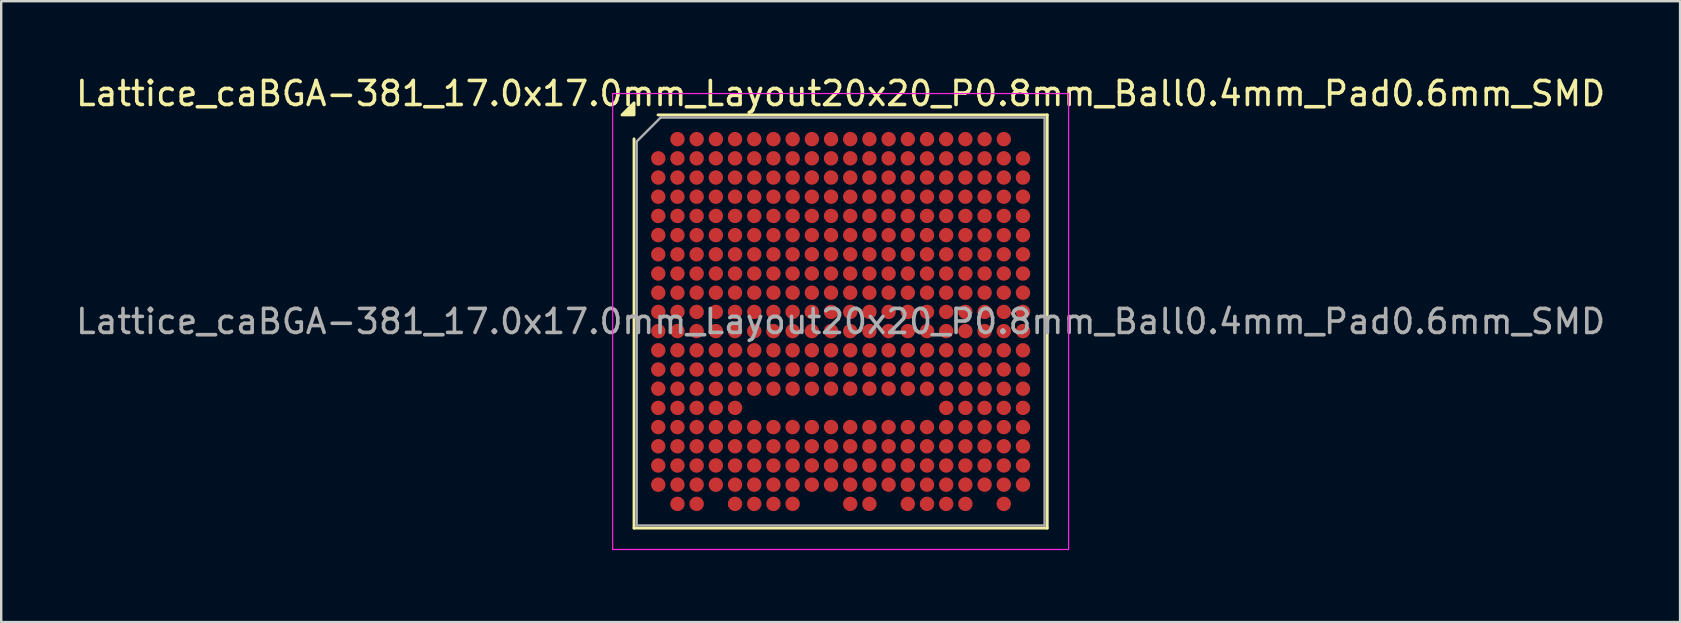
<source format=kicad_pcb>
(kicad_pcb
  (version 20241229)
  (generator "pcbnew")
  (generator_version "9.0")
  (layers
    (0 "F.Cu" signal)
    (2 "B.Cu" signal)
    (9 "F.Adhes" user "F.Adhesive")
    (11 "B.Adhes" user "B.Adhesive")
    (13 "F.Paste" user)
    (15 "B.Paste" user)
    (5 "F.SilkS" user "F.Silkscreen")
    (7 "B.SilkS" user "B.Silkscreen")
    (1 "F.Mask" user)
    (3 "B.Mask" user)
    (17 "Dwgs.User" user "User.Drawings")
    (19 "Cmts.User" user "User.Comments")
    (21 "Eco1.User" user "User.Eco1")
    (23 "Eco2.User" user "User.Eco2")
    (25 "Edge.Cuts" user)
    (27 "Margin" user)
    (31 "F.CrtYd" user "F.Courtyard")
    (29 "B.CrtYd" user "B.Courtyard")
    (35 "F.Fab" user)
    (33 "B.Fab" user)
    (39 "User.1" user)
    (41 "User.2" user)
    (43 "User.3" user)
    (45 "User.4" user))
  (footprint "Lattice_caBGA-381_17.0x17.0mm_Layout20x20_P0.8mm_Ball0.4mm_Pad0.6mm_SMD"
    (layer "F.Cu")
    (at 31.982 10.348)
    (property "Reference" "Lattice_caBGA-381_17.0x17.0mm_Layout20x20_P0.8mm_Ball0.4mm_Pad0.6mm_SMD" (at 0 -9.5 0) (layer "F.SilkS") (effects (font (size 1 1) (thickness 0.15))))
    (attr smd)
    (fp_line (start -8.61 8.61) (end -8.61 -7.61) (stroke (width 0.12) (type solid)) (layer "F.SilkS"))
    (fp_line (start -7.61 -8.61) (end 8.61 -8.61) (stroke (width 0.12) (type solid)) (layer "F.SilkS"))
    (fp_line (start 8.61 -8.61) (end 8.61 8.61) (stroke (width 0.12) (type solid)) (layer "F.SilkS"))
    (fp_line (start 8.61 8.61) (end -8.61 8.61) (stroke (width 0.12) (type solid)) (layer "F.SilkS"))
    (fp_poly (pts (xy -8.61 -8.61) (xy -9.11 -8.61) (xy -8.61 -9.11) (xy -8.61 -8.61)) (stroke (width 0.12) (type solid)) (fill yes) (layer "F.SilkS"))
    (fp_line (start -9.5 -9.5) (end -9.5 9.5) (stroke (width 0.05) (type solid)) (layer "F.CrtYd"))
    (fp_line (start -9.5 9.5) (end 9.5 9.5) (stroke (width 0.05) (type solid)) (layer "F.CrtYd"))
    (fp_line (start 9.5 -9.5) (end -9.5 -9.5) (stroke (width 0.05) (type solid)) (layer "F.CrtYd"))
    (fp_line (start 9.5 9.5) (end 9.5 -9.5) (stroke (width 0.05) (type solid)) (layer "F.CrtYd"))
    (fp_line (start -8.5 -7.5) (end -7.5 -8.5) (stroke (width 0.1) (type solid)) (layer "F.Fab"))
    (fp_line (start -8.5 8.5) (end -8.5 -7.5) (stroke (width 0.1) (type solid)) (layer "F.Fab"))
    (fp_line (start -7.5 -8.5) (end 8.5 -8.5) (stroke (width 0.1) (type solid)) (layer "F.Fab"))
    (fp_line (start 8.5 -8.5) (end 8.5 8.5) (stroke (width 0.1) (type solid)) (layer "F.Fab"))
    (fp_line (start 8.5 8.5) (end -8.5 8.5) (stroke (width 0.1) (type solid)) (layer "F.Fab"))
    (fp_text user "${REFERENCE}" (at 0 0 0) (layer "F.Fab") (effects (font (size 1 1) (thickness 0.15))))
    (pad "A2" smd circle (at -6.8 -7.6) (size 0.6 0.6) (property pad_prop_bga) (layers "F.Cu" "F.Mask" "F.Paste"))
    (pad "A3" smd circle (at -6 -7.6) (size 0.6 0.6) (property pad_prop_bga) (layers "F.Cu" "F.Mask" "F.Paste"))
    (pad "A4" smd circle (at -5.2 -7.6) (size 0.6 0.6) (property pad_prop_bga) (layers "F.Cu" "F.Mask" "F.Paste"))
    (pad "A5" smd circle (at -4.4 -7.6) (size 0.6 0.6) (property pad_prop_bga) (layers "F.Cu" "F.Mask" "F.Paste"))
    (pad "A6" smd circle (at -3.6 -7.6) (size 0.6 0.6) (property pad_prop_bga) (layers "F.Cu" "F.Mask" "F.Paste"))
    (pad "A7" smd circle (at -2.8 -7.6) (size 0.6 0.6) (property pad_prop_bga) (layers "F.Cu" "F.Mask" "F.Paste"))
    (pad "A8" smd circle (at -2 -7.6) (size 0.6 0.6) (property pad_prop_bga) (layers "F.Cu" "F.Mask" "F.Paste"))
    (pad "A9" smd circle (at -1.2 -7.6) (size 0.6 0.6) (property pad_prop_bga) (layers "F.Cu" "F.Mask" "F.Paste"))
    (pad "A10" smd circle (at -0.4 -7.6) (size 0.6 0.6) (property pad_prop_bga) (layers "F.Cu" "F.Mask" "F.Paste"))
    (pad "A11" smd circle (at 0.4 -7.6) (size 0.6 0.6) (property pad_prop_bga) (layers "F.Cu" "F.Mask" "F.Paste"))
    (pad "A12" smd circle (at 1.2 -7.6) (size 0.6 0.6) (property pad_prop_bga) (layers "F.Cu" "F.Mask" "F.Paste"))
    (pad "A13" smd circle (at 2 -7.6) (size 0.6 0.6) (property pad_prop_bga) (layers "F.Cu" "F.Mask" "F.Paste"))
    (pad "A14" smd circle (at 2.8 -7.6) (size 0.6 0.6) (property pad_prop_bga) (layers "F.Cu" "F.Mask" "F.Paste"))
    (pad "A15" smd circle (at 3.6 -7.6) (size 0.6 0.6) (property pad_prop_bga) (layers "F.Cu" "F.Mask" "F.Paste"))
    (pad "A16" smd circle (at 4.4 -7.6) (size 0.6 0.6) (property pad_prop_bga) (layers "F.Cu" "F.Mask" "F.Paste"))
    (pad "A17" smd circle (at 5.2 -7.6) (size 0.6 0.6) (property pad_prop_bga) (layers "F.Cu" "F.Mask" "F.Paste"))
    (pad "A18" smd circle (at 6 -7.6) (size 0.6 0.6) (property pad_prop_bga) (layers "F.Cu" "F.Mask" "F.Paste"))
    (pad "A19" smd circle (at 6.8 -7.6) (size 0.6 0.6) (property pad_prop_bga) (layers "F.Cu" "F.Mask" "F.Paste"))
    (pad "B1" smd circle (at -7.6 -6.8) (size 0.6 0.6) (property pad_prop_bga) (layers "F.Cu" "F.Mask" "F.Paste"))
    (pad "B2" smd circle (at -6.8 -6.8) (size 0.6 0.6) (property pad_prop_bga) (layers "F.Cu" "F.Mask" "F.Paste"))
    (pad "B3" smd circle (at -6 -6.8) (size 0.6 0.6) (property pad_prop_bga) (layers "F.Cu" "F.Mask" "F.Paste"))
    (pad "B4" smd circle (at -5.2 -6.8) (size 0.6 0.6) (property pad_prop_bga) (layers "F.Cu" "F.Mask" "F.Paste"))
    (pad "B5" smd circle (at -4.4 -6.8) (size 0.6 0.6) (property pad_prop_bga) (layers "F.Cu" "F.Mask" "F.Paste"))
    (pad "B6" smd circle (at -3.6 -6.8) (size 0.6 0.6) (property pad_prop_bga) (layers "F.Cu" "F.Mask" "F.Paste"))
    (pad "B7" smd circle (at -2.8 -6.8) (size 0.6 0.6) (property pad_prop_bga) (layers "F.Cu" "F.Mask" "F.Paste"))
    (pad "B8" smd circle (at -2 -6.8) (size 0.6 0.6) (property pad_prop_bga) (layers "F.Cu" "F.Mask" "F.Paste"))
    (pad "B9" smd circle (at -1.2 -6.8) (size 0.6 0.6) (property pad_prop_bga) (layers "F.Cu" "F.Mask" "F.Paste"))
    (pad "B10" smd circle (at -0.4 -6.8) (size 0.6 0.6) (property pad_prop_bga) (layers "F.Cu" "F.Mask" "F.Paste"))
    (pad "B11" smd circle (at 0.4 -6.8) (size 0.6 0.6) (property pad_prop_bga) (layers "F.Cu" "F.Mask" "F.Paste"))
    (pad "B12" smd circle (at 1.2 -6.8) (size 0.6 0.6) (property pad_prop_bga) (layers "F.Cu" "F.Mask" "F.Paste"))
    (pad "B13" smd circle (at 2 -6.8) (size 0.6 0.6) (property pad_prop_bga) (layers "F.Cu" "F.Mask" "F.Paste"))
    (pad "B14" smd circle (at 2.8 -6.8) (size 0.6 0.6) (property pad_prop_bga) (layers "F.Cu" "F.Mask" "F.Paste"))
    (pad "B15" smd circle (at 3.6 -6.8) (size 0.6 0.6) (property pad_prop_bga) (layers "F.Cu" "F.Mask" "F.Paste"))
    (pad "B16" smd circle (at 4.4 -6.8) (size 0.6 0.6) (property pad_prop_bga) (layers "F.Cu" "F.Mask" "F.Paste"))
    (pad "B17" smd circle (at 5.2 -6.8) (size 0.6 0.6) (property pad_prop_bga) (layers "F.Cu" "F.Mask" "F.Paste"))
    (pad "B18" smd circle (at 6 -6.8) (size 0.6 0.6) (property pad_prop_bga) (layers "F.Cu" "F.Mask" "F.Paste"))
    (pad "B19" smd circle (at 6.8 -6.8) (size 0.6 0.6) (property pad_prop_bga) (layers "F.Cu" "F.Mask" "F.Paste"))
    (pad "B20" smd circle (at 7.6 -6.8) (size 0.6 0.6) (property pad_prop_bga) (layers "F.Cu" "F.Mask" "F.Paste"))
    (pad "C1" smd circle (at -7.6 -6) (size 0.6 0.6) (property pad_prop_bga) (layers "F.Cu" "F.Mask" "F.Paste"))
    (pad "C2" smd circle (at -6.8 -6) (size 0.6 0.6) (property pad_prop_bga) (layers "F.Cu" "F.Mask" "F.Paste"))
    (pad "C3" smd circle (at -6 -6) (size 0.6 0.6) (property pad_prop_bga) (layers "F.Cu" "F.Mask" "F.Paste"))
    (pad "C4" smd circle (at -5.2 -6) (size 0.6 0.6) (property pad_prop_bga) (layers "F.Cu" "F.Mask" "F.Paste"))
    (pad "C5" smd circle (at -4.4 -6) (size 0.6 0.6) (property pad_prop_bga) (layers "F.Cu" "F.Mask" "F.Paste"))
    (pad "C6" smd circle (at -3.6 -6) (size 0.6 0.6) (property pad_prop_bga) (layers "F.Cu" "F.Mask" "F.Paste"))
    (pad "C7" smd circle (at -2.8 -6) (size 0.6 0.6) (property pad_prop_bga) (layers "F.Cu" "F.Mask" "F.Paste"))
    (pad "C8" smd circle (at -2 -6) (size 0.6 0.6) (property pad_prop_bga) (layers "F.Cu" "F.Mask" "F.Paste"))
    (pad "C9" smd circle (at -1.2 -6) (size 0.6 0.6) (property pad_prop_bga) (layers "F.Cu" "F.Mask" "F.Paste"))
    (pad "C10" smd circle (at -0.4 -6) (size 0.6 0.6) (property pad_prop_bga) (layers "F.Cu" "F.Mask" "F.Paste"))
    (pad "C11" smd circle (at 0.4 -6) (size 0.6 0.6) (property pad_prop_bga) (layers "F.Cu" "F.Mask" "F.Paste"))
    (pad "C12" smd circle (at 1.2 -6) (size 0.6 0.6) (property pad_prop_bga) (layers "F.Cu" "F.Mask" "F.Paste"))
    (pad "C13" smd circle (at 2 -6) (size 0.6 0.6) (property pad_prop_bga) (layers "F.Cu" "F.Mask" "F.Paste"))
    (pad "C14" smd circle (at 2.8 -6) (size 0.6 0.6) (property pad_prop_bga) (layers "F.Cu" "F.Mask" "F.Paste"))
    (pad "C15" smd circle (at 3.6 -6) (size 0.6 0.6) (property pad_prop_bga) (layers "F.Cu" "F.Mask" "F.Paste"))
    (pad "C16" smd circle (at 4.4 -6) (size 0.6 0.6) (property pad_prop_bga) (layers "F.Cu" "F.Mask" "F.Paste"))
    (pad "C17" smd circle (at 5.2 -6) (size 0.6 0.6) (property pad_prop_bga) (layers "F.Cu" "F.Mask" "F.Paste"))
    (pad "C18" smd circle (at 6 -6) (size 0.6 0.6) (property pad_prop_bga) (layers "F.Cu" "F.Mask" "F.Paste"))
    (pad "C19" smd circle (at 6.8 -6) (size 0.6 0.6) (property pad_prop_bga) (layers "F.Cu" "F.Mask" "F.Paste"))
    (pad "C20" smd circle (at 7.6 -6) (size 0.6 0.6) (property pad_prop_bga) (layers "F.Cu" "F.Mask" "F.Paste"))
    (pad "D1" smd circle (at -7.6 -5.2) (size 0.6 0.6) (property pad_prop_bga) (layers "F.Cu" "F.Mask" "F.Paste"))
    (pad "D2" smd circle (at -6.8 -5.2) (size 0.6 0.6) (property pad_prop_bga) (layers "F.Cu" "F.Mask" "F.Paste"))
    (pad "D3" smd circle (at -6 -5.2) (size 0.6 0.6) (property pad_prop_bga) (layers "F.Cu" "F.Mask" "F.Paste"))
    (pad "D4" smd circle (at -5.2 -5.2) (size 0.6 0.6) (property pad_prop_bga) (layers "F.Cu" "F.Mask" "F.Paste"))
    (pad "D5" smd circle (at -4.4 -5.2) (size 0.6 0.6) (property pad_prop_bga) (layers "F.Cu" "F.Mask" "F.Paste"))
    (pad "D6" smd circle (at -3.6 -5.2) (size 0.6 0.6) (property pad_prop_bga) (layers "F.Cu" "F.Mask" "F.Paste"))
    (pad "D7" smd circle (at -2.8 -5.2) (size 0.6 0.6) (property pad_prop_bga) (layers "F.Cu" "F.Mask" "F.Paste"))
    (pad "D8" smd circle (at -2 -5.2) (size 0.6 0.6) (property pad_prop_bga) (layers "F.Cu" "F.Mask" "F.Paste"))
    (pad "D9" smd circle (at -1.2 -5.2) (size 0.6 0.6) (property pad_prop_bga) (layers "F.Cu" "F.Mask" "F.Paste"))
    (pad "D10" smd circle (at -0.4 -5.2) (size 0.6 0.6) (property pad_prop_bga) (layers "F.Cu" "F.Mask" "F.Paste"))
    (pad "D11" smd circle (at 0.4 -5.2) (size 0.6 0.6) (property pad_prop_bga) (layers "F.Cu" "F.Mask" "F.Paste"))
    (pad "D12" smd circle (at 1.2 -5.2) (size 0.6 0.6) (property pad_prop_bga) (layers "F.Cu" "F.Mask" "F.Paste"))
    (pad "D13" smd circle (at 2 -5.2) (size 0.6 0.6) (property pad_prop_bga) (layers "F.Cu" "F.Mask" "F.Paste"))
    (pad "D14" smd circle (at 2.8 -5.2) (size 0.6 0.6) (property pad_prop_bga) (layers "F.Cu" "F.Mask" "F.Paste"))
    (pad "D15" smd circle (at 3.6 -5.2) (size 0.6 0.6) (property pad_prop_bga) (layers "F.Cu" "F.Mask" "F.Paste"))
    (pad "D16" smd circle (at 4.4 -5.2) (size 0.6 0.6) (property pad_prop_bga) (layers "F.Cu" "F.Mask" "F.Paste"))
    (pad "D17" smd circle (at 5.2 -5.2) (size 0.6 0.6) (property pad_prop_bga) (layers "F.Cu" "F.Mask" "F.Paste"))
    (pad "D18" smd circle (at 6 -5.2) (size 0.6 0.6) (property pad_prop_bga) (layers "F.Cu" "F.Mask" "F.Paste"))
    (pad "D19" smd circle (at 6.8 -5.2) (size 0.6 0.6) (property pad_prop_bga) (layers "F.Cu" "F.Mask" "F.Paste"))
    (pad "D20" smd circle (at 7.6 -5.2) (size 0.6 0.6) (property pad_prop_bga) (layers "F.Cu" "F.Mask" "F.Paste"))
    (pad "E1" smd circle (at -7.6 -4.4) (size 0.6 0.6) (property pad_prop_bga) (layers "F.Cu" "F.Mask" "F.Paste"))
    (pad "E2" smd circle (at -6.8 -4.4) (size 0.6 0.6) (property pad_prop_bga) (layers "F.Cu" "F.Mask" "F.Paste"))
    (pad "E3" smd circle (at -6 -4.4) (size 0.6 0.6) (property pad_prop_bga) (layers "F.Cu" "F.Mask" "F.Paste"))
    (pad "E4" smd circle (at -5.2 -4.4) (size 0.6 0.6) (property pad_prop_bga) (layers "F.Cu" "F.Mask" "F.Paste"))
    (pad "E5" smd circle (at -4.4 -4.4) (size 0.6 0.6) (property pad_prop_bga) (layers "F.Cu" "F.Mask" "F.Paste"))
    (pad "E6" smd circle (at -3.6 -4.4) (size 0.6 0.6) (property pad_prop_bga) (layers "F.Cu" "F.Mask" "F.Paste"))
    (pad "E7" smd circle (at -2.8 -4.4) (size 0.6 0.6) (property pad_prop_bga) (layers "F.Cu" "F.Mask" "F.Paste"))
    (pad "E8" smd circle (at -2 -4.4) (size 0.6 0.6) (property pad_prop_bga) (layers "F.Cu" "F.Mask" "F.Paste"))
    (pad "E9" smd circle (at -1.2 -4.4) (size 0.6 0.6) (property pad_prop_bga) (layers "F.Cu" "F.Mask" "F.Paste"))
    (pad "E10" smd circle (at -0.4 -4.4) (size 0.6 0.6) (property pad_prop_bga) (layers "F.Cu" "F.Mask" "F.Paste"))
    (pad "E11" smd circle (at 0.4 -4.4) (size 0.6 0.6) (property pad_prop_bga) (layers "F.Cu" "F.Mask" "F.Paste"))
    (pad "E12" smd circle (at 1.2 -4.4) (size 0.6 0.6) (property pad_prop_bga) (layers "F.Cu" "F.Mask" "F.Paste"))
    (pad "E13" smd circle (at 2 -4.4) (size 0.6 0.6) (property pad_prop_bga) (layers "F.Cu" "F.Mask" "F.Paste"))
    (pad "E14" smd circle (at 2.8 -4.4) (size 0.6 0.6) (property pad_prop_bga) (layers "F.Cu" "F.Mask" "F.Paste"))
    (pad "E15" smd circle (at 3.6 -4.4) (size 0.6 0.6) (property pad_prop_bga) (layers "F.Cu" "F.Mask" "F.Paste"))
    (pad "E16" smd circle (at 4.4 -4.4) (size 0.6 0.6) (property pad_prop_bga) (layers "F.Cu" "F.Mask" "F.Paste"))
    (pad "E17" smd circle (at 5.2 -4.4) (size 0.6 0.6) (property pad_prop_bga) (layers "F.Cu" "F.Mask" "F.Paste"))
    (pad "E18" smd circle (at 6 -4.4) (size 0.6 0.6) (property pad_prop_bga) (layers "F.Cu" "F.Mask" "F.Paste"))
    (pad "E19" smd circle (at 6.8 -4.4) (size 0.6 0.6) (property pad_prop_bga) (layers "F.Cu" "F.Mask" "F.Paste"))
    (pad "E20" smd circle (at 7.6 -4.4) (size 0.6 0.6) (property pad_prop_bga) (layers "F.Cu" "F.Mask" "F.Paste"))
    (pad "F1" smd circle (at -7.6 -3.6) (size 0.6 0.6) (property pad_prop_bga) (layers "F.Cu" "F.Mask" "F.Paste"))
    (pad "F2" smd circle (at -6.8 -3.6) (size 0.6 0.6) (property pad_prop_bga) (layers "F.Cu" "F.Mask" "F.Paste"))
    (pad "F3" smd circle (at -6 -3.6) (size 0.6 0.6) (property pad_prop_bga) (layers "F.Cu" "F.Mask" "F.Paste"))
    (pad "F4" smd circle (at -5.2 -3.6) (size 0.6 0.6) (property pad_prop_bga) (layers "F.Cu" "F.Mask" "F.Paste"))
    (pad "F5" smd circle (at -4.4 -3.6) (size 0.6 0.6) (property pad_prop_bga) (layers "F.Cu" "F.Mask" "F.Paste"))
    (pad "F6" smd circle (at -3.6 -3.6) (size 0.6 0.6) (property pad_prop_bga) (layers "F.Cu" "F.Mask" "F.Paste"))
    (pad "F7" smd circle (at -2.8 -3.6) (size 0.6 0.6) (property pad_prop_bga) (layers "F.Cu" "F.Mask" "F.Paste"))
    (pad "F8" smd circle (at -2 -3.6) (size 0.6 0.6) (property pad_prop_bga) (layers "F.Cu" "F.Mask" "F.Paste"))
    (pad "F9" smd circle (at -1.2 -3.6) (size 0.6 0.6) (property pad_prop_bga) (layers "F.Cu" "F.Mask" "F.Paste"))
    (pad "F10" smd circle (at -0.4 -3.6) (size 0.6 0.6) (property pad_prop_bga) (layers "F.Cu" "F.Mask" "F.Paste"))
    (pad "F11" smd circle (at 0.4 -3.6) (size 0.6 0.6) (property pad_prop_bga) (layers "F.Cu" "F.Mask" "F.Paste"))
    (pad "F12" smd circle (at 1.2 -3.6) (size 0.6 0.6) (property pad_prop_bga) (layers "F.Cu" "F.Mask" "F.Paste"))
    (pad "F13" smd circle (at 2 -3.6) (size 0.6 0.6) (property pad_prop_bga) (layers "F.Cu" "F.Mask" "F.Paste"))
    (pad "F14" smd circle (at 2.8 -3.6) (size 0.6 0.6) (property pad_prop_bga) (layers "F.Cu" "F.Mask" "F.Paste"))
    (pad "F15" smd circle (at 3.6 -3.6) (size 0.6 0.6) (property pad_prop_bga) (layers "F.Cu" "F.Mask" "F.Paste"))
    (pad "F16" smd circle (at 4.4 -3.6) (size 0.6 0.6) (property pad_prop_bga) (layers "F.Cu" "F.Mask" "F.Paste"))
    (pad "F17" smd circle (at 5.2 -3.6) (size 0.6 0.6) (property pad_prop_bga) (layers "F.Cu" "F.Mask" "F.Paste"))
    (pad "F18" smd circle (at 6 -3.6) (size 0.6 0.6) (property pad_prop_bga) (layers "F.Cu" "F.Mask" "F.Paste"))
    (pad "F19" smd circle (at 6.8 -3.6) (size 0.6 0.6) (property pad_prop_bga) (layers "F.Cu" "F.Mask" "F.Paste"))
    (pad "F20" smd circle (at 7.6 -3.6) (size 0.6 0.6) (property pad_prop_bga) (layers "F.Cu" "F.Mask" "F.Paste"))
    (pad "G1" smd circle (at -7.6 -2.8) (size 0.6 0.6) (property pad_prop_bga) (layers "F.Cu" "F.Mask" "F.Paste"))
    (pad "G2" smd circle (at -6.8 -2.8) (size 0.6 0.6) (property pad_prop_bga) (layers "F.Cu" "F.Mask" "F.Paste"))
    (pad "G3" smd circle (at -6 -2.8) (size 0.6 0.6) (property pad_prop_bga) (layers "F.Cu" "F.Mask" "F.Paste"))
    (pad "G4" smd circle (at -5.2 -2.8) (size 0.6 0.6) (property pad_prop_bga) (layers "F.Cu" "F.Mask" "F.Paste"))
    (pad "G5" smd circle (at -4.4 -2.8) (size 0.6 0.6) (property pad_prop_bga) (layers "F.Cu" "F.Mask" "F.Paste"))
    (pad "G6" smd circle (at -3.6 -2.8) (size 0.6 0.6) (property pad_prop_bga) (layers "F.Cu" "F.Mask" "F.Paste"))
    (pad "G7" smd circle (at -2.8 -2.8) (size 0.6 0.6) (property pad_prop_bga) (layers "F.Cu" "F.Mask" "F.Paste"))
    (pad "G8" smd circle (at -2 -2.8) (size 0.6 0.6) (property pad_prop_bga) (layers "F.Cu" "F.Mask" "F.Paste"))
    (pad "G9" smd circle (at -1.2 -2.8) (size 0.6 0.6) (property pad_prop_bga) (layers "F.Cu" "F.Mask" "F.Paste"))
    (pad "G10" smd circle (at -0.4 -2.8) (size 0.6 0.6) (property pad_prop_bga) (layers "F.Cu" "F.Mask" "F.Paste"))
    (pad "G11" smd circle (at 0.4 -2.8) (size 0.6 0.6) (property pad_prop_bga) (layers "F.Cu" "F.Mask" "F.Paste"))
    (pad "G12" smd circle (at 1.2 -2.8) (size 0.6 0.6) (property pad_prop_bga) (layers "F.Cu" "F.Mask" "F.Paste"))
    (pad "G13" smd circle (at 2 -2.8) (size 0.6 0.6) (property pad_prop_bga) (layers "F.Cu" "F.Mask" "F.Paste"))
    (pad "G14" smd circle (at 2.8 -2.8) (size 0.6 0.6) (property pad_prop_bga) (layers "F.Cu" "F.Mask" "F.Paste"))
    (pad "G15" smd circle (at 3.6 -2.8) (size 0.6 0.6) (property pad_prop_bga) (layers "F.Cu" "F.Mask" "F.Paste"))
    (pad "G16" smd circle (at 4.4 -2.8) (size 0.6 0.6) (property pad_prop_bga) (layers "F.Cu" "F.Mask" "F.Paste"))
    (pad "G17" smd circle (at 5.2 -2.8) (size 0.6 0.6) (property pad_prop_bga) (layers "F.Cu" "F.Mask" "F.Paste"))
    (pad "G18" smd circle (at 6 -2.8) (size 0.6 0.6) (property pad_prop_bga) (layers "F.Cu" "F.Mask" "F.Paste"))
    (pad "G19" smd circle (at 6.8 -2.8) (size 0.6 0.6) (property pad_prop_bga) (layers "F.Cu" "F.Mask" "F.Paste"))
    (pad "G20" smd circle (at 7.6 -2.8) (size 0.6 0.6) (property pad_prop_bga) (layers "F.Cu" "F.Mask" "F.Paste"))
    (pad "H1" smd circle (at -7.6 -2) (size 0.6 0.6) (property pad_prop_bga) (layers "F.Cu" "F.Mask" "F.Paste"))
    (pad "H2" smd circle (at -6.8 -2) (size 0.6 0.6) (property pad_prop_bga) (layers "F.Cu" "F.Mask" "F.Paste"))
    (pad "H3" smd circle (at -6 -2) (size 0.6 0.6) (property pad_prop_bga) (layers "F.Cu" "F.Mask" "F.Paste"))
    (pad "H4" smd circle (at -5.2 -2) (size 0.6 0.6) (property pad_prop_bga) (layers "F.Cu" "F.Mask" "F.Paste"))
    (pad "H5" smd circle (at -4.4 -2) (size 0.6 0.6) (property pad_prop_bga) (layers "F.Cu" "F.Mask" "F.Paste"))
    (pad "H6" smd circle (at -3.6 -2) (size 0.6 0.6) (property pad_prop_bga) (layers "F.Cu" "F.Mask" "F.Paste"))
    (pad "H7" smd circle (at -2.8 -2) (size 0.6 0.6) (property pad_prop_bga) (layers "F.Cu" "F.Mask" "F.Paste"))
    (pad "H8" smd circle (at -2 -2) (size 0.6 0.6) (property pad_prop_bga) (layers "F.Cu" "F.Mask" "F.Paste"))
    (pad "H9" smd circle (at -1.2 -2) (size 0.6 0.6) (property pad_prop_bga) (layers "F.Cu" "F.Mask" "F.Paste"))
    (pad "H10" smd circle (at -0.4 -2) (size 0.6 0.6) (property pad_prop_bga) (layers "F.Cu" "F.Mask" "F.Paste"))
    (pad "H11" smd circle (at 0.4 -2) (size 0.6 0.6) (property pad_prop_bga) (layers "F.Cu" "F.Mask" "F.Paste"))
    (pad "H12" smd circle (at 1.2 -2) (size 0.6 0.6) (property pad_prop_bga) (layers "F.Cu" "F.Mask" "F.Paste"))
    (pad "H13" smd circle (at 2 -2) (size 0.6 0.6) (property pad_prop_bga) (layers "F.Cu" "F.Mask" "F.Paste"))
    (pad "H14" smd circle (at 2.8 -2) (size 0.6 0.6) (property pad_prop_bga) (layers "F.Cu" "F.Mask" "F.Paste"))
    (pad "H15" smd circle (at 3.6 -2) (size 0.6 0.6) (property pad_prop_bga) (layers "F.Cu" "F.Mask" "F.Paste"))
    (pad "H16" smd circle (at 4.4 -2) (size 0.6 0.6) (property pad_prop_bga) (layers "F.Cu" "F.Mask" "F.Paste"))
    (pad "H17" smd circle (at 5.2 -2) (size 0.6 0.6) (property pad_prop_bga) (layers "F.Cu" "F.Mask" "F.Paste"))
    (pad "H18" smd circle (at 6 -2) (size 0.6 0.6) (property pad_prop_bga) (layers "F.Cu" "F.Mask" "F.Paste"))
    (pad "H19" smd circle (at 6.8 -2) (size 0.6 0.6) (property pad_prop_bga) (layers "F.Cu" "F.Mask" "F.Paste"))
    (pad "H20" smd circle (at 7.6 -2) (size 0.6 0.6) (property pad_prop_bga) (layers "F.Cu" "F.Mask" "F.Paste"))
    (pad "J1" smd circle (at -7.6 -1.2) (size 0.6 0.6) (property pad_prop_bga) (layers "F.Cu" "F.Mask" "F.Paste"))
    (pad "J2" smd circle (at -6.8 -1.2) (size 0.6 0.6) (property pad_prop_bga) (layers "F.Cu" "F.Mask" "F.Paste"))
    (pad "J3" smd circle (at -6 -1.2) (size 0.6 0.6) (property pad_prop_bga) (layers "F.Cu" "F.Mask" "F.Paste"))
    (pad "J4" smd circle (at -5.2 -1.2) (size 0.6 0.6) (property pad_prop_bga) (layers "F.Cu" "F.Mask" "F.Paste"))
    (pad "J5" smd circle (at -4.4 -1.2) (size 0.6 0.6) (property pad_prop_bga) (layers "F.Cu" "F.Mask" "F.Paste"))
    (pad "J6" smd circle (at -3.6 -1.2) (size 0.6 0.6) (property pad_prop_bga) (layers "F.Cu" "F.Mask" "F.Paste"))
    (pad "J7" smd circle (at -2.8 -1.2) (size 0.6 0.6) (property pad_prop_bga) (layers "F.Cu" "F.Mask" "F.Paste"))
    (pad "J8" smd circle (at -2 -1.2) (size 0.6 0.6) (property pad_prop_bga) (layers "F.Cu" "F.Mask" "F.Paste"))
    (pad "J9" smd circle (at -1.2 -1.2) (size 0.6 0.6) (property pad_prop_bga) (layers "F.Cu" "F.Mask" "F.Paste"))
    (pad "J10" smd circle (at -0.4 -1.2) (size 0.6 0.6) (property pad_prop_bga) (layers "F.Cu" "F.Mask" "F.Paste"))
    (pad "J11" smd circle (at 0.4 -1.2) (size 0.6 0.6) (property pad_prop_bga) (layers "F.Cu" "F.Mask" "F.Paste"))
    (pad "J12" smd circle (at 1.2 -1.2) (size 0.6 0.6) (property pad_prop_bga) (layers "F.Cu" "F.Mask" "F.Paste"))
    (pad "J13" smd circle (at 2 -1.2) (size 0.6 0.6) (property pad_prop_bga) (layers "F.Cu" "F.Mask" "F.Paste"))
    (pad "J14" smd circle (at 2.8 -1.2) (size 0.6 0.6) (property pad_prop_bga) (layers "F.Cu" "F.Mask" "F.Paste"))
    (pad "J15" smd circle (at 3.6 -1.2) (size 0.6 0.6) (property pad_prop_bga) (layers "F.Cu" "F.Mask" "F.Paste"))
    (pad "J16" smd circle (at 4.4 -1.2) (size 0.6 0.6) (property pad_prop_bga) (layers "F.Cu" "F.Mask" "F.Paste"))
    (pad "J17" smd circle (at 5.2 -1.2) (size 0.6 0.6) (property pad_prop_bga) (layers "F.Cu" "F.Mask" "F.Paste"))
    (pad "J18" smd circle (at 6 -1.2) (size 0.6 0.6) (property pad_prop_bga) (layers "F.Cu" "F.Mask" "F.Paste"))
    (pad "J19" smd circle (at 6.8 -1.2) (size 0.6 0.6) (property pad_prop_bga) (layers "F.Cu" "F.Mask" "F.Paste"))
    (pad "J20" smd circle (at 7.6 -1.2) (size 0.6 0.6) (property pad_prop_bga) (layers "F.Cu" "F.Mask" "F.Paste"))
    (pad "K1" smd circle (at -7.6 -0.4) (size 0.6 0.6) (property pad_prop_bga) (layers "F.Cu" "F.Mask" "F.Paste"))
    (pad "K2" smd circle (at -6.8 -0.4) (size 0.6 0.6) (property pad_prop_bga) (layers "F.Cu" "F.Mask" "F.Paste"))
    (pad "K3" smd circle (at -6 -0.4) (size 0.6 0.6) (property pad_prop_bga) (layers "F.Cu" "F.Mask" "F.Paste"))
    (pad "K4" smd circle (at -5.2 -0.4) (size 0.6 0.6) (property pad_prop_bga) (layers "F.Cu" "F.Mask" "F.Paste"))
    (pad "K5" smd circle (at -4.4 -0.4) (size 0.6 0.6) (property pad_prop_bga) (layers "F.Cu" "F.Mask" "F.Paste"))
    (pad "K6" smd circle (at -3.6 -0.4) (size 0.6 0.6) (property pad_prop_bga) (layers "F.Cu" "F.Mask" "F.Paste"))
    (pad "K7" smd circle (at -2.8 -0.4) (size 0.6 0.6) (property pad_prop_bga) (layers "F.Cu" "F.Mask" "F.Paste"))
    (pad "K8" smd circle (at -2 -0.4) (size 0.6 0.6) (property pad_prop_bga) (layers "F.Cu" "F.Mask" "F.Paste"))
    (pad "K9" smd circle (at -1.2 -0.4) (size 0.6 0.6) (property pad_prop_bga) (layers "F.Cu" "F.Mask" "F.Paste"))
    (pad "K10" smd circle (at -0.4 -0.4) (size 0.6 0.6) (property pad_prop_bga) (layers "F.Cu" "F.Mask" "F.Paste"))
    (pad "K11" smd circle (at 0.4 -0.4) (size 0.6 0.6) (property pad_prop_bga) (layers "F.Cu" "F.Mask" "F.Paste"))
    (pad "K12" smd circle (at 1.2 -0.4) (size 0.6 0.6) (property pad_prop_bga) (layers "F.Cu" "F.Mask" "F.Paste"))
    (pad "K13" smd circle (at 2 -0.4) (size 0.6 0.6) (property pad_prop_bga) (layers "F.Cu" "F.Mask" "F.Paste"))
    (pad "K14" smd circle (at 2.8 -0.4) (size 0.6 0.6) (property pad_prop_bga) (layers "F.Cu" "F.Mask" "F.Paste"))
    (pad "K15" smd circle (at 3.6 -0.4) (size 0.6 0.6) (property pad_prop_bga) (layers "F.Cu" "F.Mask" "F.Paste"))
    (pad "K16" smd circle (at 4.4 -0.4) (size 0.6 0.6) (property pad_prop_bga) (layers "F.Cu" "F.Mask" "F.Paste"))
    (pad "K17" smd circle (at 5.2 -0.4) (size 0.6 0.6) (property pad_prop_bga) (layers "F.Cu" "F.Mask" "F.Paste"))
    (pad "K18" smd circle (at 6 -0.4) (size 0.6 0.6) (property pad_prop_bga) (layers "F.Cu" "F.Mask" "F.Paste"))
    (pad "K19" smd circle (at 6.8 -0.4) (size 0.6 0.6) (property pad_prop_bga) (layers "F.Cu" "F.Mask" "F.Paste"))
    (pad "K20" smd circle (at 7.6 -0.4) (size 0.6 0.6) (property pad_prop_bga) (layers "F.Cu" "F.Mask" "F.Paste"))
    (pad "L1" smd circle (at -7.6 0.4) (size 0.6 0.6) (property pad_prop_bga) (layers "F.Cu" "F.Mask" "F.Paste"))
    (pad "L2" smd circle (at -6.8 0.4) (size 0.6 0.6) (property pad_prop_bga) (layers "F.Cu" "F.Mask" "F.Paste"))
    (pad "L3" smd circle (at -6 0.4) (size 0.6 0.6) (property pad_prop_bga) (layers "F.Cu" "F.Mask" "F.Paste"))
    (pad "L4" smd circle (at -5.2 0.4) (size 0.6 0.6) (property pad_prop_bga) (layers "F.Cu" "F.Mask" "F.Paste"))
    (pad "L5" smd circle (at -4.4 0.4) (size 0.6 0.6) (property pad_prop_bga) (layers "F.Cu" "F.Mask" "F.Paste"))
    (pad "L6" smd circle (at -3.6 0.4) (size 0.6 0.6) (property pad_prop_bga) (layers "F.Cu" "F.Mask" "F.Paste"))
    (pad "L7" smd circle (at -2.8 0.4) (size 0.6 0.6) (property pad_prop_bga) (layers "F.Cu" "F.Mask" "F.Paste"))
    (pad "L8" smd circle (at -2 0.4) (size 0.6 0.6) (property pad_prop_bga) (layers "F.Cu" "F.Mask" "F.Paste"))
    (pad "L9" smd circle (at -1.2 0.4) (size 0.6 0.6) (property pad_prop_bga) (layers "F.Cu" "F.Mask" "F.Paste"))
    (pad "L10" smd circle (at -0.4 0.4) (size 0.6 0.6) (property pad_prop_bga) (layers "F.Cu" "F.Mask" "F.Paste"))
    (pad "L11" smd circle (at 0.4 0.4) (size 0.6 0.6) (property pad_prop_bga) (layers "F.Cu" "F.Mask" "F.Paste"))
    (pad "L12" smd circle (at 1.2 0.4) (size 0.6 0.6) (property pad_prop_bga) (layers "F.Cu" "F.Mask" "F.Paste"))
    (pad "L13" smd circle (at 2 0.4) (size 0.6 0.6) (property pad_prop_bga) (layers "F.Cu" "F.Mask" "F.Paste"))
    (pad "L14" smd circle (at 2.8 0.4) (size 0.6 0.6) (property pad_prop_bga) (layers "F.Cu" "F.Mask" "F.Paste"))
    (pad "L15" smd circle (at 3.6 0.4) (size 0.6 0.6) (property pad_prop_bga) (layers "F.Cu" "F.Mask" "F.Paste"))
    (pad "L16" smd circle (at 4.4 0.4) (size 0.6 0.6) (property pad_prop_bga) (layers "F.Cu" "F.Mask" "F.Paste"))
    (pad "L17" smd circle (at 5.2 0.4) (size 0.6 0.6) (property pad_prop_bga) (layers "F.Cu" "F.Mask" "F.Paste"))
    (pad "L18" smd circle (at 6 0.4) (size 0.6 0.6) (property pad_prop_bga) (layers "F.Cu" "F.Mask" "F.Paste"))
    (pad "L19" smd circle (at 6.8 0.4) (size 0.6 0.6) (property pad_prop_bga) (layers "F.Cu" "F.Mask" "F.Paste"))
    (pad "L20" smd circle (at 7.6 0.4) (size 0.6 0.6) (property pad_prop_bga) (layers "F.Cu" "F.Mask" "F.Paste"))
    (pad "M1" smd circle (at -7.6 1.2) (size 0.6 0.6) (property pad_prop_bga) (layers "F.Cu" "F.Mask" "F.Paste"))
    (pad "M2" smd circle (at -6.8 1.2) (size 0.6 0.6) (property pad_prop_bga) (layers "F.Cu" "F.Mask" "F.Paste"))
    (pad "M3" smd circle (at -6 1.2) (size 0.6 0.6) (property pad_prop_bga) (layers "F.Cu" "F.Mask" "F.Paste"))
    (pad "M4" smd circle (at -5.2 1.2) (size 0.6 0.6) (property pad_prop_bga) (layers "F.Cu" "F.Mask" "F.Paste"))
    (pad "M5" smd circle (at -4.4 1.2) (size 0.6 0.6) (property pad_prop_bga) (layers "F.Cu" "F.Mask" "F.Paste"))
    (pad "M6" smd circle (at -3.6 1.2) (size 0.6 0.6) (property pad_prop_bga) (layers "F.Cu" "F.Mask" "F.Paste"))
    (pad "M7" smd circle (at -2.8 1.2) (size 0.6 0.6) (property pad_prop_bga) (layers "F.Cu" "F.Mask" "F.Paste"))
    (pad "M8" smd circle (at -2 1.2) (size 0.6 0.6) (property pad_prop_bga) (layers "F.Cu" "F.Mask" "F.Paste"))
    (pad "M9" smd circle (at -1.2 1.2) (size 0.6 0.6) (property pad_prop_bga) (layers "F.Cu" "F.Mask" "F.Paste"))
    (pad "M10" smd circle (at -0.4 1.2) (size 0.6 0.6) (property pad_prop_bga) (layers "F.Cu" "F.Mask" "F.Paste"))
    (pad "M11" smd circle (at 0.4 1.2) (size 0.6 0.6) (property pad_prop_bga) (layers "F.Cu" "F.Mask" "F.Paste"))
    (pad "M12" smd circle (at 1.2 1.2) (size 0.6 0.6) (property pad_prop_bga) (layers "F.Cu" "F.Mask" "F.Paste"))
    (pad "M13" smd circle (at 2 1.2) (size 0.6 0.6) (property pad_prop_bga) (layers "F.Cu" "F.Mask" "F.Paste"))
    (pad "M14" smd circle (at 2.8 1.2) (size 0.6 0.6) (property pad_prop_bga) (layers "F.Cu" "F.Mask" "F.Paste"))
    (pad "M15" smd circle (at 3.6 1.2) (size 0.6 0.6) (property pad_prop_bga) (layers "F.Cu" "F.Mask" "F.Paste"))
    (pad "M16" smd circle (at 4.4 1.2) (size 0.6 0.6) (property pad_prop_bga) (layers "F.Cu" "F.Mask" "F.Paste"))
    (pad "M17" smd circle (at 5.2 1.2) (size 0.6 0.6) (property pad_prop_bga) (layers "F.Cu" "F.Mask" "F.Paste"))
    (pad "M18" smd circle (at 6 1.2) (size 0.6 0.6) (property pad_prop_bga) (layers "F.Cu" "F.Mask" "F.Paste"))
    (pad "M19" smd circle (at 6.8 1.2) (size 0.6 0.6) (property pad_prop_bga) (layers "F.Cu" "F.Mask" "F.Paste"))
    (pad "M20" smd circle (at 7.6 1.2) (size 0.6 0.6) (property pad_prop_bga) (layers "F.Cu" "F.Mask" "F.Paste"))
    (pad "N1" smd circle (at -7.6 2) (size 0.6 0.6) (property pad_prop_bga) (layers "F.Cu" "F.Mask" "F.Paste"))
    (pad "N2" smd circle (at -6.8 2) (size 0.6 0.6) (property pad_prop_bga) (layers "F.Cu" "F.Mask" "F.Paste"))
    (pad "N3" smd circle (at -6 2) (size 0.6 0.6) (property pad_prop_bga) (layers "F.Cu" "F.Mask" "F.Paste"))
    (pad "N4" smd circle (at -5.2 2) (size 0.6 0.6) (property pad_prop_bga) (layers "F.Cu" "F.Mask" "F.Paste"))
    (pad "N5" smd circle (at -4.4 2) (size 0.6 0.6) (property pad_prop_bga) (layers "F.Cu" "F.Mask" "F.Paste"))
    (pad "N6" smd circle (at -3.6 2) (size 0.6 0.6) (property pad_prop_bga) (layers "F.Cu" "F.Mask" "F.Paste"))
    (pad "N7" smd circle (at -2.8 2) (size 0.6 0.6) (property pad_prop_bga) (layers "F.Cu" "F.Mask" "F.Paste"))
    (pad "N8" smd circle (at -2 2) (size 0.6 0.6) (property pad_prop_bga) (layers "F.Cu" "F.Mask" "F.Paste"))
    (pad "N9" smd circle (at -1.2 2) (size 0.6 0.6) (property pad_prop_bga) (layers "F.Cu" "F.Mask" "F.Paste"))
    (pad "N10" smd circle (at -0.4 2) (size 0.6 0.6) (property pad_prop_bga) (layers "F.Cu" "F.Mask" "F.Paste"))
    (pad "N11" smd circle (at 0.4 2) (size 0.6 0.6) (property pad_prop_bga) (layers "F.Cu" "F.Mask" "F.Paste"))
    (pad "N12" smd circle (at 1.2 2) (size 0.6 0.6) (property pad_prop_bga) (layers "F.Cu" "F.Mask" "F.Paste"))
    (pad "N13" smd circle (at 2 2) (size 0.6 0.6) (property pad_prop_bga) (layers "F.Cu" "F.Mask" "F.Paste"))
    (pad "N14" smd circle (at 2.8 2) (size 0.6 0.6) (property pad_prop_bga) (layers "F.Cu" "F.Mask" "F.Paste"))
    (pad "N15" smd circle (at 3.6 2) (size 0.6 0.6) (property pad_prop_bga) (layers "F.Cu" "F.Mask" "F.Paste"))
    (pad "N16" smd circle (at 4.4 2) (size 0.6 0.6) (property pad_prop_bga) (layers "F.Cu" "F.Mask" "F.Paste"))
    (pad "N17" smd circle (at 5.2 2) (size 0.6 0.6) (property pad_prop_bga) (layers "F.Cu" "F.Mask" "F.Paste"))
    (pad "N18" smd circle (at 6 2) (size 0.6 0.6) (property pad_prop_bga) (layers "F.Cu" "F.Mask" "F.Paste"))
    (pad "N19" smd circle (at 6.8 2) (size 0.6 0.6) (property pad_prop_bga) (layers "F.Cu" "F.Mask" "F.Paste"))
    (pad "N20" smd circle (at 7.6 2) (size 0.6 0.6) (property pad_prop_bga) (layers "F.Cu" "F.Mask" "F.Paste"))
    (pad "P1" smd circle (at -7.6 2.8) (size 0.6 0.6) (property pad_prop_bga) (layers "F.Cu" "F.Mask" "F.Paste"))
    (pad "P2" smd circle (at -6.8 2.8) (size 0.6 0.6) (property pad_prop_bga) (layers "F.Cu" "F.Mask" "F.Paste"))
    (pad "P3" smd circle (at -6 2.8) (size 0.6 0.6) (property pad_prop_bga) (layers "F.Cu" "F.Mask" "F.Paste"))
    (pad "P4" smd circle (at -5.2 2.8) (size 0.6 0.6) (property pad_prop_bga) (layers "F.Cu" "F.Mask" "F.Paste"))
    (pad "P5" smd circle (at -4.4 2.8) (size 0.6 0.6) (property pad_prop_bga) (layers "F.Cu" "F.Mask" "F.Paste"))
    (pad "P6" smd circle (at -3.6 2.8) (size 0.6 0.6) (property pad_prop_bga) (layers "F.Cu" "F.Mask" "F.Paste"))
    (pad "P7" smd circle (at -2.8 2.8) (size 0.6 0.6) (property pad_prop_bga) (layers "F.Cu" "F.Mask" "F.Paste"))
    (pad "P8" smd circle (at -2 2.8) (size 0.6 0.6) (property pad_prop_bga) (layers "F.Cu" "F.Mask" "F.Paste"))
    (pad "P9" smd circle (at -1.2 2.8) (size 0.6 0.6) (property pad_prop_bga) (layers "F.Cu" "F.Mask" "F.Paste"))
    (pad "P10" smd circle (at -0.4 2.8) (size 0.6 0.6) (property pad_prop_bga) (layers "F.Cu" "F.Mask" "F.Paste"))
    (pad "P11" smd circle (at 0.4 2.8) (size 0.6 0.6) (property pad_prop_bga) (layers "F.Cu" "F.Mask" "F.Paste"))
    (pad "P12" smd circle (at 1.2 2.8) (size 0.6 0.6) (property pad_prop_bga) (layers "F.Cu" "F.Mask" "F.Paste"))
    (pad "P13" smd circle (at 2 2.8) (size 0.6 0.6) (property pad_prop_bga) (layers "F.Cu" "F.Mask" "F.Paste"))
    (pad "P14" smd circle (at 2.8 2.8) (size 0.6 0.6) (property pad_prop_bga) (layers "F.Cu" "F.Mask" "F.Paste"))
    (pad "P15" smd circle (at 3.6 2.8) (size 0.6 0.6) (property pad_prop_bga) (layers "F.Cu" "F.Mask" "F.Paste"))
    (pad "P16" smd circle (at 4.4 2.8) (size 0.6 0.6) (property pad_prop_bga) (layers "F.Cu" "F.Mask" "F.Paste"))
    (pad "P17" smd circle (at 5.2 2.8) (size 0.6 0.6) (property pad_prop_bga) (layers "F.Cu" "F.Mask" "F.Paste"))
    (pad "P18" smd circle (at 6 2.8) (size 0.6 0.6) (property pad_prop_bga) (layers "F.Cu" "F.Mask" "F.Paste"))
    (pad "P19" smd circle (at 6.8 2.8) (size 0.6 0.6) (property pad_prop_bga) (layers "F.Cu" "F.Mask" "F.Paste"))
    (pad "P20" smd circle (at 7.6 2.8) (size 0.6 0.6) (property pad_prop_bga) (layers "F.Cu" "F.Mask" "F.Paste"))
    (pad "R1" smd circle (at -7.6 3.6) (size 0.6 0.6) (property pad_prop_bga) (layers "F.Cu" "F.Mask" "F.Paste"))
    (pad "R2" smd circle (at -6.8 3.6) (size 0.6 0.6) (property pad_prop_bga) (layers "F.Cu" "F.Mask" "F.Paste"))
    (pad "R3" smd circle (at -6 3.6) (size 0.6 0.6) (property pad_prop_bga) (layers "F.Cu" "F.Mask" "F.Paste"))
    (pad "R4" smd circle (at -5.2 3.6) (size 0.6 0.6) (property pad_prop_bga) (layers "F.Cu" "F.Mask" "F.Paste"))
    (pad "R5" smd circle (at -4.4 3.6) (size 0.6 0.6) (property pad_prop_bga) (layers "F.Cu" "F.Mask" "F.Paste"))
    (pad "R16" smd circle (at 4.4 3.6) (size 0.6 0.6) (property pad_prop_bga) (layers "F.Cu" "F.Mask" "F.Paste"))
    (pad "R17" smd circle (at 5.2 3.6) (size 0.6 0.6) (property pad_prop_bga) (layers "F.Cu" "F.Mask" "F.Paste"))
    (pad "R18" smd circle (at 6 3.6) (size 0.6 0.6) (property pad_prop_bga) (layers "F.Cu" "F.Mask" "F.Paste"))
    (pad "R19" smd circle (at 6.8 3.6) (size 0.6 0.6) (property pad_prop_bga) (layers "F.Cu" "F.Mask" "F.Paste"))
    (pad "R20" smd circle (at 7.6 3.6) (size 0.6 0.6) (property pad_prop_bga) (layers "F.Cu" "F.Mask" "F.Paste"))
    (pad "T1" smd circle (at -7.6 4.4) (size 0.6 0.6) (property pad_prop_bga) (layers "F.Cu" "F.Mask" "F.Paste"))
    (pad "T2" smd circle (at -6.8 4.4) (size 0.6 0.6) (property pad_prop_bga) (layers "F.Cu" "F.Mask" "F.Paste"))
    (pad "T3" smd circle (at -6 4.4) (size 0.6 0.6) (property pad_prop_bga) (layers "F.Cu" "F.Mask" "F.Paste"))
    (pad "T4" smd circle (at -5.2 4.4) (size 0.6 0.6) (property pad_prop_bga) (layers "F.Cu" "F.Mask" "F.Paste"))
    (pad "T5" smd circle (at -4.4 4.4) (size 0.6 0.6) (property pad_prop_bga) (layers "F.Cu" "F.Mask" "F.Paste"))
    (pad "T6" smd circle (at -3.6 4.4) (size 0.6 0.6) (property pad_prop_bga) (layers "F.Cu" "F.Mask" "F.Paste"))
    (pad "T7" smd circle (at -2.8 4.4) (size 0.6 0.6) (property pad_prop_bga) (layers "F.Cu" "F.Mask" "F.Paste"))
    (pad "T8" smd circle (at -2 4.4) (size 0.6 0.6) (property pad_prop_bga) (layers "F.Cu" "F.Mask" "F.Paste"))
    (pad "T9" smd circle (at -1.2 4.4) (size 0.6 0.6) (property pad_prop_bga) (layers "F.Cu" "F.Mask" "F.Paste"))
    (pad "T10" smd circle (at -0.4 4.4) (size 0.6 0.6) (property pad_prop_bga) (layers "F.Cu" "F.Mask" "F.Paste"))
    (pad "T11" smd circle (at 0.4 4.4) (size 0.6 0.6) (property pad_prop_bga) (layers "F.Cu" "F.Mask" "F.Paste"))
    (pad "T12" smd circle (at 1.2 4.4) (size 0.6 0.6) (property pad_prop_bga) (layers "F.Cu" "F.Mask" "F.Paste"))
    (pad "T13" smd circle (at 2 4.4) (size 0.6 0.6) (property pad_prop_bga) (layers "F.Cu" "F.Mask" "F.Paste"))
    (pad "T14" smd circle (at 2.8 4.4) (size 0.6 0.6) (property pad_prop_bga) (layers "F.Cu" "F.Mask" "F.Paste"))
    (pad "T15" smd circle (at 3.6 4.4) (size 0.6 0.6) (property pad_prop_bga) (layers "F.Cu" "F.Mask" "F.Paste"))
    (pad "T16" smd circle (at 4.4 4.4) (size 0.6 0.6) (property pad_prop_bga) (layers "F.Cu" "F.Mask" "F.Paste"))
    (pad "T17" smd circle (at 5.2 4.4) (size 0.6 0.6) (property pad_prop_bga) (layers "F.Cu" "F.Mask" "F.Paste"))
    (pad "T18" smd circle (at 6 4.4) (size 0.6 0.6) (property pad_prop_bga) (layers "F.Cu" "F.Mask" "F.Paste"))
    (pad "T19" smd circle (at 6.8 4.4) (size 0.6 0.6) (property pad_prop_bga) (layers "F.Cu" "F.Mask" "F.Paste"))
    (pad "T20" smd circle (at 7.6 4.4) (size 0.6 0.6) (property pad_prop_bga) (layers "F.Cu" "F.Mask" "F.Paste"))
    (pad "U1" smd circle (at -7.6 5.2) (size 0.6 0.6) (property pad_prop_bga) (layers "F.Cu" "F.Mask" "F.Paste"))
    (pad "U2" smd circle (at -6.8 5.2) (size 0.6 0.6) (property pad_prop_bga) (layers "F.Cu" "F.Mask" "F.Paste"))
    (pad "U3" smd circle (at -6 5.2) (size 0.6 0.6) (property pad_prop_bga) (layers "F.Cu" "F.Mask" "F.Paste"))
    (pad "U4" smd circle (at -5.2 5.2) (size 0.6 0.6) (property pad_prop_bga) (layers "F.Cu" "F.Mask" "F.Paste"))
    (pad "U5" smd circle (at -4.4 5.2) (size 0.6 0.6) (property pad_prop_bga) (layers "F.Cu" "F.Mask" "F.Paste"))
    (pad "U6" smd circle (at -3.6 5.2) (size 0.6 0.6) (property pad_prop_bga) (layers "F.Cu" "F.Mask" "F.Paste"))
    (pad "U7" smd circle (at -2.8 5.2) (size 0.6 0.6) (property pad_prop_bga) (layers "F.Cu" "F.Mask" "F.Paste"))
    (pad "U8" smd circle (at -2 5.2) (size 0.6 0.6) (property pad_prop_bga) (layers "F.Cu" "F.Mask" "F.Paste"))
    (pad "U9" smd circle (at -1.2 5.2) (size 0.6 0.6) (property pad_prop_bga) (layers "F.Cu" "F.Mask" "F.Paste"))
    (pad "U10" smd circle (at -0.4 5.2) (size 0.6 0.6) (property pad_prop_bga) (layers "F.Cu" "F.Mask" "F.Paste"))
    (pad "U11" smd circle (at 0.4 5.2) (size 0.6 0.6) (property pad_prop_bga) (layers "F.Cu" "F.Mask" "F.Paste"))
    (pad "U12" smd circle (at 1.2 5.2) (size 0.6 0.6) (property pad_prop_bga) (layers "F.Cu" "F.Mask" "F.Paste"))
    (pad "U13" smd circle (at 2 5.2) (size 0.6 0.6) (property pad_prop_bga) (layers "F.Cu" "F.Mask" "F.Paste"))
    (pad "U14" smd circle (at 2.8 5.2) (size 0.6 0.6) (property pad_prop_bga) (layers "F.Cu" "F.Mask" "F.Paste"))
    (pad "U15" smd circle (at 3.6 5.2) (size 0.6 0.6) (property pad_prop_bga) (layers "F.Cu" "F.Mask" "F.Paste"))
    (pad "U16" smd circle (at 4.4 5.2) (size 0.6 0.6) (property pad_prop_bga) (layers "F.Cu" "F.Mask" "F.Paste"))
    (pad "U17" smd circle (at 5.2 5.2) (size 0.6 0.6) (property pad_prop_bga) (layers "F.Cu" "F.Mask" "F.Paste"))
    (pad "U18" smd circle (at 6 5.2) (size 0.6 0.6) (property pad_prop_bga) (layers "F.Cu" "F.Mask" "F.Paste"))
    (pad "U19" smd circle (at 6.8 5.2) (size 0.6 0.6) (property pad_prop_bga) (layers "F.Cu" "F.Mask" "F.Paste"))
    (pad "U20" smd circle (at 7.6 5.2) (size 0.6 0.6) (property pad_prop_bga) (layers "F.Cu" "F.Mask" "F.Paste"))
    (pad "V1" smd circle (at -7.6 6) (size 0.6 0.6) (property pad_prop_bga) (layers "F.Cu" "F.Mask" "F.Paste"))
    (pad "V2" smd circle (at -6.8 6) (size 0.6 0.6) (property pad_prop_bga) (layers "F.Cu" "F.Mask" "F.Paste"))
    (pad "V3" smd circle (at -6 6) (size 0.6 0.6) (property pad_prop_bga) (layers "F.Cu" "F.Mask" "F.Paste"))
    (pad "V4" smd circle (at -5.2 6) (size 0.6 0.6) (property pad_prop_bga) (layers "F.Cu" "F.Mask" "F.Paste"))
    (pad "V5" smd circle (at -4.4 6) (size 0.6 0.6) (property pad_prop_bga) (layers "F.Cu" "F.Mask" "F.Paste"))
    (pad "V6" smd circle (at -3.6 6) (size 0.6 0.6) (property pad_prop_bga) (layers "F.Cu" "F.Mask" "F.Paste"))
    (pad "V7" smd circle (at -2.8 6) (size 0.6 0.6) (property pad_prop_bga) (layers "F.Cu" "F.Mask" "F.Paste"))
    (pad "V8" smd circle (at -2 6) (size 0.6 0.6) (property pad_prop_bga) (layers "F.Cu" "F.Mask" "F.Paste"))
    (pad "V9" smd circle (at -1.2 6) (size 0.6 0.6) (property pad_prop_bga) (layers "F.Cu" "F.Mask" "F.Paste"))
    (pad "V10" smd circle (at -0.4 6) (size 0.6 0.6) (property pad_prop_bga) (layers "F.Cu" "F.Mask" "F.Paste"))
    (pad "V11" smd circle (at 0.4 6) (size 0.6 0.6) (property pad_prop_bga) (layers "F.Cu" "F.Mask" "F.Paste"))
    (pad "V12" smd circle (at 1.2 6) (size 0.6 0.6) (property pad_prop_bga) (layers "F.Cu" "F.Mask" "F.Paste"))
    (pad "V13" smd circle (at 2 6) (size 0.6 0.6) (property pad_prop_bga) (layers "F.Cu" "F.Mask" "F.Paste"))
    (pad "V14" smd circle (at 2.8 6) (size 0.6 0.6) (property pad_prop_bga) (layers "F.Cu" "F.Mask" "F.Paste"))
    (pad "V15" smd circle (at 3.6 6) (size 0.6 0.6) (property pad_prop_bga) (layers "F.Cu" "F.Mask" "F.Paste"))
    (pad "V16" smd circle (at 4.4 6) (size 0.6 0.6) (property pad_prop_bga) (layers "F.Cu" "F.Mask" "F.Paste"))
    (pad "V17" smd circle (at 5.2 6) (size 0.6 0.6) (property pad_prop_bga) (layers "F.Cu" "F.Mask" "F.Paste"))
    (pad "V18" smd circle (at 6 6) (size 0.6 0.6) (property pad_prop_bga) (layers "F.Cu" "F.Mask" "F.Paste"))
    (pad "V19" smd circle (at 6.8 6) (size 0.6 0.6) (property pad_prop_bga) (layers "F.Cu" "F.Mask" "F.Paste"))
    (pad "V20" smd circle (at 7.6 6) (size 0.6 0.6) (property pad_prop_bga) (layers "F.Cu" "F.Mask" "F.Paste"))
    (pad "W1" smd circle (at -7.6 6.8) (size 0.6 0.6) (property pad_prop_bga) (layers "F.Cu" "F.Mask" "F.Paste"))
    (pad "W2" smd circle (at -6.8 6.8) (size 0.6 0.6) (property pad_prop_bga) (layers "F.Cu" "F.Mask" "F.Paste"))
    (pad "W3" smd circle (at -6 6.8) (size 0.6 0.6) (property pad_prop_bga) (layers "F.Cu" "F.Mask" "F.Paste"))
    (pad "W4" smd circle (at -5.2 6.8) (size 0.6 0.6) (property pad_prop_bga) (layers "F.Cu" "F.Mask" "F.Paste"))
    (pad "W5" smd circle (at -4.4 6.8) (size 0.6 0.6) (property pad_prop_bga) (layers "F.Cu" "F.Mask" "F.Paste"))
    (pad "W6" smd circle (at -3.6 6.8) (size 0.6 0.6) (property pad_prop_bga) (layers "F.Cu" "F.Mask" "F.Paste"))
    (pad "W7" smd circle (at -2.8 6.8) (size 0.6 0.6) (property pad_prop_bga) (layers "F.Cu" "F.Mask" "F.Paste"))
    (pad "W8" smd circle (at -2 6.8) (size 0.6 0.6) (property pad_prop_bga) (layers "F.Cu" "F.Mask" "F.Paste"))
    (pad "W9" smd circle (at -1.2 6.8) (size 0.6 0.6) (property pad_prop_bga) (layers "F.Cu" "F.Mask" "F.Paste"))
    (pad "W10" smd circle (at -0.4 6.8) (size 0.6 0.6) (property pad_prop_bga) (layers "F.Cu" "F.Mask" "F.Paste"))
    (pad "W11" smd circle (at 0.4 6.8) (size 0.6 0.6) (property pad_prop_bga) (layers "F.Cu" "F.Mask" "F.Paste"))
    (pad "W12" smd circle (at 1.2 6.8) (size 0.6 0.6) (property pad_prop_bga) (layers "F.Cu" "F.Mask" "F.Paste"))
    (pad "W13" smd circle (at 2 6.8) (size 0.6 0.6) (property pad_prop_bga) (layers "F.Cu" "F.Mask" "F.Paste"))
    (pad "W14" smd circle (at 2.8 6.8) (size 0.6 0.6) (property pad_prop_bga) (layers "F.Cu" "F.Mask" "F.Paste"))
    (pad "W15" smd circle (at 3.6 6.8) (size 0.6 0.6) (property pad_prop_bga) (layers "F.Cu" "F.Mask" "F.Paste"))
    (pad "W16" smd circle (at 4.4 6.8) (size 0.6 0.6) (property pad_prop_bga) (layers "F.Cu" "F.Mask" "F.Paste"))
    (pad "W17" smd circle (at 5.2 6.8) (size 0.6 0.6) (property pad_prop_bga) (layers "F.Cu" "F.Mask" "F.Paste"))
    (pad "W18" smd circle (at 6 6.8) (size 0.6 0.6) (property pad_prop_bga) (layers "F.Cu" "F.Mask" "F.Paste"))
    (pad "W19" smd circle (at 6.8 6.8) (size 0.6 0.6) (property pad_prop_bga) (layers "F.Cu" "F.Mask" "F.Paste"))
    (pad "W20" smd circle (at 7.6 6.8) (size 0.6 0.6) (property pad_prop_bga) (layers "F.Cu" "F.Mask" "F.Paste"))
    (pad "Y2" smd circle (at -6.8 7.6) (size 0.6 0.6) (property pad_prop_bga) (layers "F.Cu" "F.Mask" "F.Paste"))
    (pad "Y3" smd circle (at -6 7.6) (size 0.6 0.6) (property pad_prop_bga) (layers "F.Cu" "F.Mask" "F.Paste"))
    (pad "Y5" smd circle (at -4.4 7.6) (size 0.6 0.6) (property pad_prop_bga) (layers "F.Cu" "F.Mask" "F.Paste"))
    (pad "Y6" smd circle (at -3.6 7.6) (size 0.6 0.6) (property pad_prop_bga) (layers "F.Cu" "F.Mask" "F.Paste"))
    (pad "Y7" smd circle (at -2.8 7.6) (size 0.6 0.6) (property pad_prop_bga) (layers "F.Cu" "F.Mask" "F.Paste"))
    (pad "Y8" smd circle (at -2 7.6) (size 0.6 0.6) (property pad_prop_bga) (layers "F.Cu" "F.Mask" "F.Paste"))
    (pad "Y11" smd circle (at 0.4 7.6) (size 0.6 0.6) (property pad_prop_bga) (layers "F.Cu" "F.Mask" "F.Paste"))
    (pad "Y12" smd circle (at 1.2 7.6) (size 0.6 0.6) (property pad_prop_bga) (layers "F.Cu" "F.Mask" "F.Paste"))
    (pad "Y14" smd circle (at 2.8 7.6) (size 0.6 0.6) (property pad_prop_bga) (layers "F.Cu" "F.Mask" "F.Paste"))
    (pad "Y15" smd circle (at 3.6 7.6) (size 0.6 0.6) (property pad_prop_bga) (layers "F.Cu" "F.Mask" "F.Paste"))
    (pad "Y16" smd circle (at 4.4 7.6) (size 0.6 0.6) (property pad_prop_bga) (layers "F.Cu" "F.Mask" "F.Paste"))
    (pad "Y17" smd circle (at 5.2 7.6) (size 0.6 0.6) (property pad_prop_bga) (layers "F.Cu" "F.Mask" "F.Paste"))
    (pad "Y19" smd circle (at 6.8 7.6) (size 0.6 0.6) (property pad_prop_bga) (layers "F.Cu" "F.Mask" "F.Paste")))
  (gr_rect
    (start -3 -3)
    (end 66.964 22.873)
    (stroke (width 0.1) (type default))
    (fill no)
    (layer "Edge.Cuts")))
</source>
